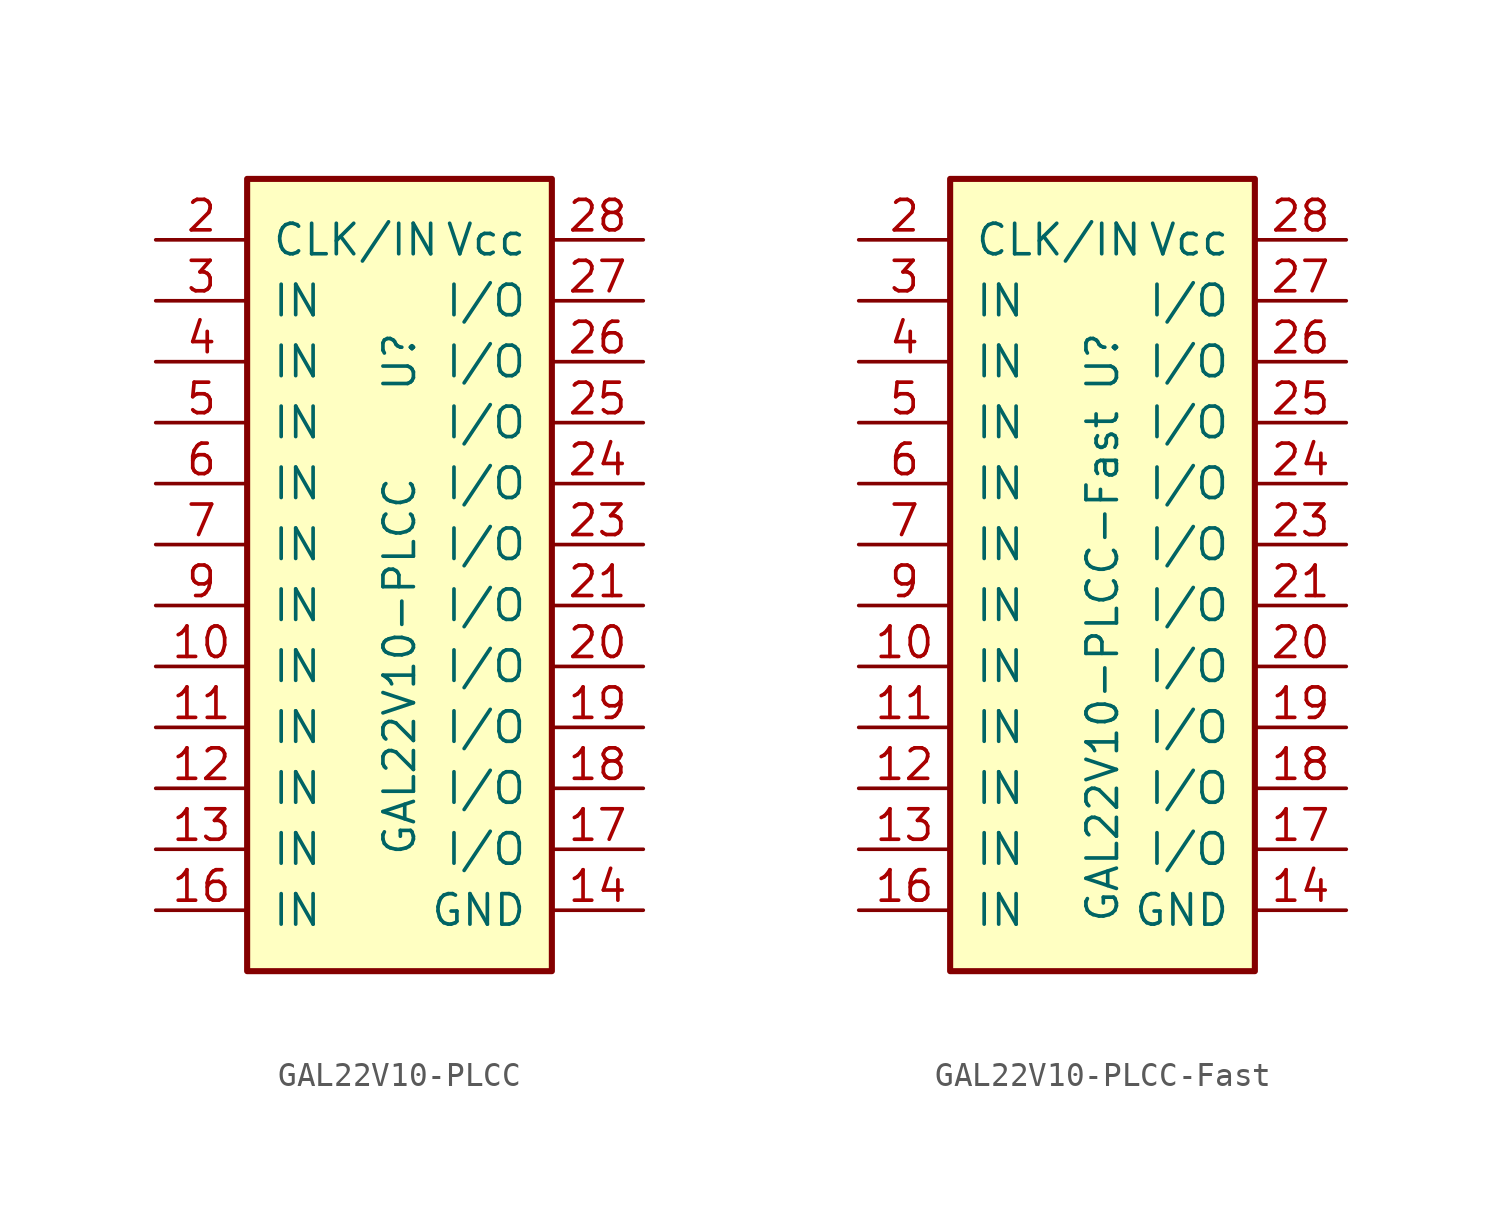
<source format=kicad_sym>
(kicad_symbol_lib
  (version 20220914)
  (generator kicad_symbol_editor)
  (symbol "GAL22V10-PLCC"
    (pin_names
      (offset 1.016))
    (property "Reference" "U"
      (at 0 7.62 90)
      (effects (font (size 1.27 1.27))))
    (property "Value" "GAL22V10-PLCC"
      (at 0 -5.08 90)
      (effects (font (size 1.27 1.27))))
    (symbol "GAL22V10-PLCC_0_1"
      (rectangle (start -6.35 15.24) (end 6.35 -17.78) (stroke (width 0.254) (type default)) (fill (type background))))
    (symbol "GAL22V10-PLCC_1_1"
      (pin passive line (at -10.16 -5.08 0) (length 3.81) (name "IN" (effects (font (size 1.27 1.27)))) (number "10" (effects (font (size 1.27 1.27)))))
      (pin passive line (at -10.16 -7.62 0) (length 3.81) (name "IN" (effects (font (size 1.27 1.27)))) (number "11" (effects (font (size 1.27 1.27)))))
      (pin passive line (at -10.16 -10.16 0) (length 3.81) (name "IN" (effects (font (size 1.27 1.27)))) (number "12" (effects (font (size 1.27 1.27)))))
      (pin passive line (at -10.16 -12.7 0) (length 3.81) (name "IN" (effects (font (size 1.27 1.27)))) (number "13" (effects (font (size 1.27 1.27)))))
      (pin power_in line (at 10.16 -15.24 180) (length 3.81) (name "GND" (effects (font (size 1.27 1.27)))) (number "14" (effects (font (size 1.27 1.27)))))
      (pin passive line (at -10.16 -15.24 0) (length 3.81) (name "IN" (effects (font (size 1.27 1.27)))) (number "16" (effects (font (size 1.27 1.27)))))
      (pin passive line (at 10.16 -12.7 180) (length 3.81) (name "I/O" (effects (font (size 1.27 1.27)))) (number "17" (effects (font (size 1.27 1.27)))))
      (pin passive line (at 10.16 -10.16 180) (length 3.81) (name "I/O" (effects (font (size 1.27 1.27)))) (number "18" (effects (font (size 1.27 1.27)))))
      (pin passive line (at 10.16 -7.62 180) (length 3.81) (name "I/O" (effects (font (size 1.27 1.27)))) (number "19" (effects (font (size 1.27 1.27)))))
      (pin passive line (at -10.16 12.7 0) (length 3.81) (name "CLK/IN" (effects (font (size 1.27 1.27)))) (number "2" (effects (font (size 1.27 1.27)))))
      (pin passive line (at 10.16 -5.08 180) (length 3.81) (name "I/O" (effects (font (size 1.27 1.27)))) (number "20" (effects (font (size 1.27 1.27)))))
      (pin passive line (at 10.16 -2.54 180) (length 3.81) (name "I/O" (effects (font (size 1.27 1.27)))) (number "21" (effects (font (size 1.27 1.27)))))
      (pin passive line (at 10.16 0 180) (length 3.81) (name "I/O" (effects (font (size 1.27 1.27)))) (number "23" (effects (font (size 1.27 1.27)))))
      (pin passive line (at 10.16 2.54 180) (length 3.81) (name "I/O" (effects (font (size 1.27 1.27)))) (number "24" (effects (font (size 1.27 1.27)))))
      (pin passive line (at 10.16 5.08 180) (length 3.81) (name "I/O" (effects (font (size 1.27 1.27)))) (number "25" (effects (font (size 1.27 1.27)))))
      (pin passive line (at 10.16 7.62 180) (length 3.81) (name "I/O" (effects (font (size 1.27 1.27)))) (number "26" (effects (font (size 1.27 1.27)))))
      (pin passive line (at 10.16 10.16 180) (length 3.81) (name "I/O" (effects (font (size 1.27 1.27)))) (number "27" (effects (font (size 1.27 1.27)))))
      (pin power_in line (at 10.16 12.7 180) (length 3.81) (name "Vcc" (effects (font (size 1.27 1.27)))) (number "28" (effects (font (size 1.27 1.27)))))
      (pin passive line (at -10.16 10.16 0) (length 3.81) (name "IN" (effects (font (size 1.27 1.27)))) (number "3" (effects (font (size 1.27 1.27)))))
      (pin passive line (at -10.16 7.62 0) (length 3.81) (name "IN" (effects (font (size 1.27 1.27)))) (number "4" (effects (font (size 1.27 1.27)))))
      (pin passive line (at -10.16 5.08 0) (length 3.81) (name "IN" (effects (font (size 1.27 1.27)))) (number "5" (effects (font (size 1.27 1.27)))))
      (pin passive line (at -10.16 2.54 0) (length 3.81) (name "IN" (effects (font (size 1.27 1.27)))) (number "6" (effects (font (size 1.27 1.27)))))
      (pin passive line (at -10.16 0 0) (length 3.81) (name "IN" (effects (font (size 1.27 1.27)))) (number "7" (effects (font (size 1.27 1.27)))))
      (pin passive line (at -10.16 -2.54 0) (length 3.81) (name "IN" (effects (font (size 1.27 1.27)))) (number "9" (effects (font (size 1.27 1.27)))))))
  (symbol "GAL22V10-PLCC-Fast"
    (pin_names
      (offset 1.016))
    (property "Reference" "U"
      (at 0 7.62 90)
      (effects (font (size 1.27 1.27))))
    (property "Value" "GAL22V10-PLCC-Fast"
      (at 0 -5.08 90)
      (effects (font (size 1.27 1.27))))
    (symbol "GAL22V10-PLCC-Fast_0_1"
      (rectangle (start -6.35 15.24) (end 6.35 -17.78) (stroke (width 0.254) (type default)) (fill (type background))))
    (symbol "GAL22V10-PLCC-Fast_1_1"
      (pin power_in line (at 10.16 12.7 180) (length 3.81) hide (name "Vcc" (effects (font (size 1.27 1.27)))) (number "1" (effects (font (size 1.27 1.27)))))
      (pin passive line (at -10.16 -5.08 0) (length 3.81) (name "IN" (effects (font (size 1.27 1.27)))) (number "10" (effects (font (size 1.27 1.27)))))
      (pin passive line (at -10.16 -7.62 0) (length 3.81) (name "IN" (effects (font (size 1.27 1.27)))) (number "11" (effects (font (size 1.27 1.27)))))
      (pin passive line (at -10.16 -10.16 0) (length 3.81) (name "IN" (effects (font (size 1.27 1.27)))) (number "12" (effects (font (size 1.27 1.27)))))
      (pin passive line (at -10.16 -12.7 0) (length 3.81) (name "IN" (effects (font (size 1.27 1.27)))) (number "13" (effects (font (size 1.27 1.27)))))
      (pin power_in line (at 10.16 -15.24 180) (length 3.81) (name "GND" (effects (font (size 1.27 1.27)))) (number "14" (effects (font (size 1.27 1.27)))))
      (pin power_in line (at 10.16 -15.24 180) (length 3.81) hide (name "GND" (effects (font (size 1.27 1.27)))) (number "15" (effects (font (size 1.27 1.27)))))
      (pin passive line (at -10.16 -15.24 0) (length 3.81) (name "IN" (effects (font (size 1.27 1.27)))) (number "16" (effects (font (size 1.27 1.27)))))
      (pin passive line (at 10.16 -12.7 180) (length 3.81) (name "I/O" (effects (font (size 1.27 1.27)))) (number "17" (effects (font (size 1.27 1.27)))))
      (pin passive line (at 10.16 -10.16 180) (length 3.81) (name "I/O" (effects (font (size 1.27 1.27)))) (number "18" (effects (font (size 1.27 1.27)))))
      (pin passive line (at 10.16 -7.62 180) (length 3.81) (name "I/O" (effects (font (size 1.27 1.27)))) (number "19" (effects (font (size 1.27 1.27)))))
      (pin passive line (at -10.16 12.7 0) (length 3.81) (name "CLK/IN" (effects (font (size 1.27 1.27)))) (number "2" (effects (font (size 1.27 1.27)))))
      (pin passive line (at 10.16 -5.08 180) (length 3.81) (name "I/O" (effects (font (size 1.27 1.27)))) (number "20" (effects (font (size 1.27 1.27)))))
      (pin passive line (at 10.16 -2.54 180) (length 3.81) (name "I/O" (effects (font (size 1.27 1.27)))) (number "21" (effects (font (size 1.27 1.27)))))
      (pin power_in line (at 10.16 -15.24 180) (length 3.81) hide (name "GND" (effects (font (size 1.27 1.27)))) (number "22" (effects (font (size 1.27 1.27)))))
      (pin passive line (at 10.16 0 180) (length 3.81) (name "I/O" (effects (font (size 1.27 1.27)))) (number "23" (effects (font (size 1.27 1.27)))))
      (pin passive line (at 10.16 2.54 180) (length 3.81) (name "I/O" (effects (font (size 1.27 1.27)))) (number "24" (effects (font (size 1.27 1.27)))))
      (pin passive line (at 10.16 5.08 180) (length 3.81) (name "I/O" (effects (font (size 1.27 1.27)))) (number "25" (effects (font (size 1.27 1.27)))))
      (pin passive line (at 10.16 7.62 180) (length 3.81) (name "I/O" (effects (font (size 1.27 1.27)))) (number "26" (effects (font (size 1.27 1.27)))))
      (pin passive line (at 10.16 10.16 180) (length 3.81) (name "I/O" (effects (font (size 1.27 1.27)))) (number "27" (effects (font (size 1.27 1.27)))))
      (pin power_in line (at 10.16 12.7 180) (length 3.81) (name "Vcc" (effects (font (size 1.27 1.27)))) (number "28" (effects (font (size 1.27 1.27)))))
      (pin passive line (at -10.16 10.16 0) (length 3.81) (name "IN" (effects (font (size 1.27 1.27)))) (number "3" (effects (font (size 1.27 1.27)))))
      (pin passive line (at -10.16 7.62 0) (length 3.81) (name "IN" (effects (font (size 1.27 1.27)))) (number "4" (effects (font (size 1.27 1.27)))))
      (pin passive line (at -10.16 5.08 0) (length 3.81) (name "IN" (effects (font (size 1.27 1.27)))) (number "5" (effects (font (size 1.27 1.27)))))
      (pin passive line (at -10.16 2.54 0) (length 3.81) (name "IN" (effects (font (size 1.27 1.27)))) (number "6" (effects (font (size 1.27 1.27)))))
      (pin passive line (at -10.16 0 0) (length 3.81) (name "IN" (effects (font (size 1.27 1.27)))) (number "7" (effects (font (size 1.27 1.27)))))
      (pin power_in line (at 10.16 -15.24 180) (length 3.81) hide (name "GND" (effects (font (size 1.27 1.27)))) (number "8" (effects (font (size 1.27 1.27)))))
      (pin passive line (at -10.16 -2.54 0) (length 3.81) (name "IN" (effects (font (size 1.27 1.27)))) (number "9" (effects (font (size 1.27 1.27))))))))
</source>
